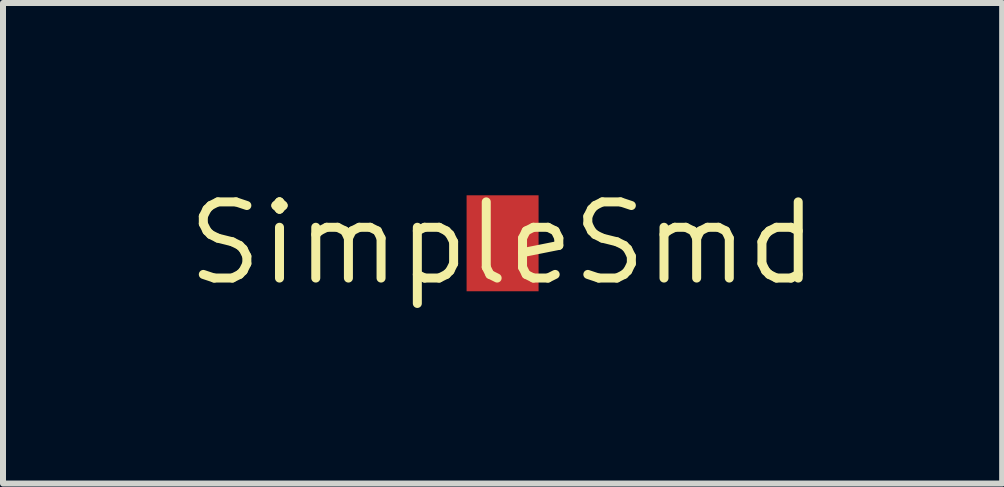
<source format=kicad_pcb>
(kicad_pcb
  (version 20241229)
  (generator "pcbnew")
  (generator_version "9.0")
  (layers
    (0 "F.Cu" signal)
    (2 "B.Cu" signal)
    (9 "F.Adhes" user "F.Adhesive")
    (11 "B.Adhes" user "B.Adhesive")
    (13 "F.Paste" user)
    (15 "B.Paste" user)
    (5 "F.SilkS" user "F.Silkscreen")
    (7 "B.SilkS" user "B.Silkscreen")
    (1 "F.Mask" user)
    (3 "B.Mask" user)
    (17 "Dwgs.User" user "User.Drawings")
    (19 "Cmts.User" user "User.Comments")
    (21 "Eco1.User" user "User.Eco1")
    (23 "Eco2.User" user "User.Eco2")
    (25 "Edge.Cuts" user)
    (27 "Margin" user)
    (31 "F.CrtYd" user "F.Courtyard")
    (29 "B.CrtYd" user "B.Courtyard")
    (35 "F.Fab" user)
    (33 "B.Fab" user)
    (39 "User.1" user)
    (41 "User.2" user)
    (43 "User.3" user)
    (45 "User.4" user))
  (footprint "SimpleSmd"
    (layer "F.Cu")
    (at 5.329 1.006)
    (property "Reference" "SimpleSmd" (at 0 0 0) (layer "F.SilkS") (effects (font (size 1.27 1.27) (thickness 0.15))))
    (attr through_hole)
    (pad "1" smd rect (at 0 0) (size 1.2 1.6) (layers "F.Cu" "F.Mask" "F.Paste")))
  (gr_rect
    (start -3 -3)
    (end 13.658 5.012)
    (stroke (width 0.1) (type default))
    (fill no)
    (layer "Edge.Cuts")))
</source>
